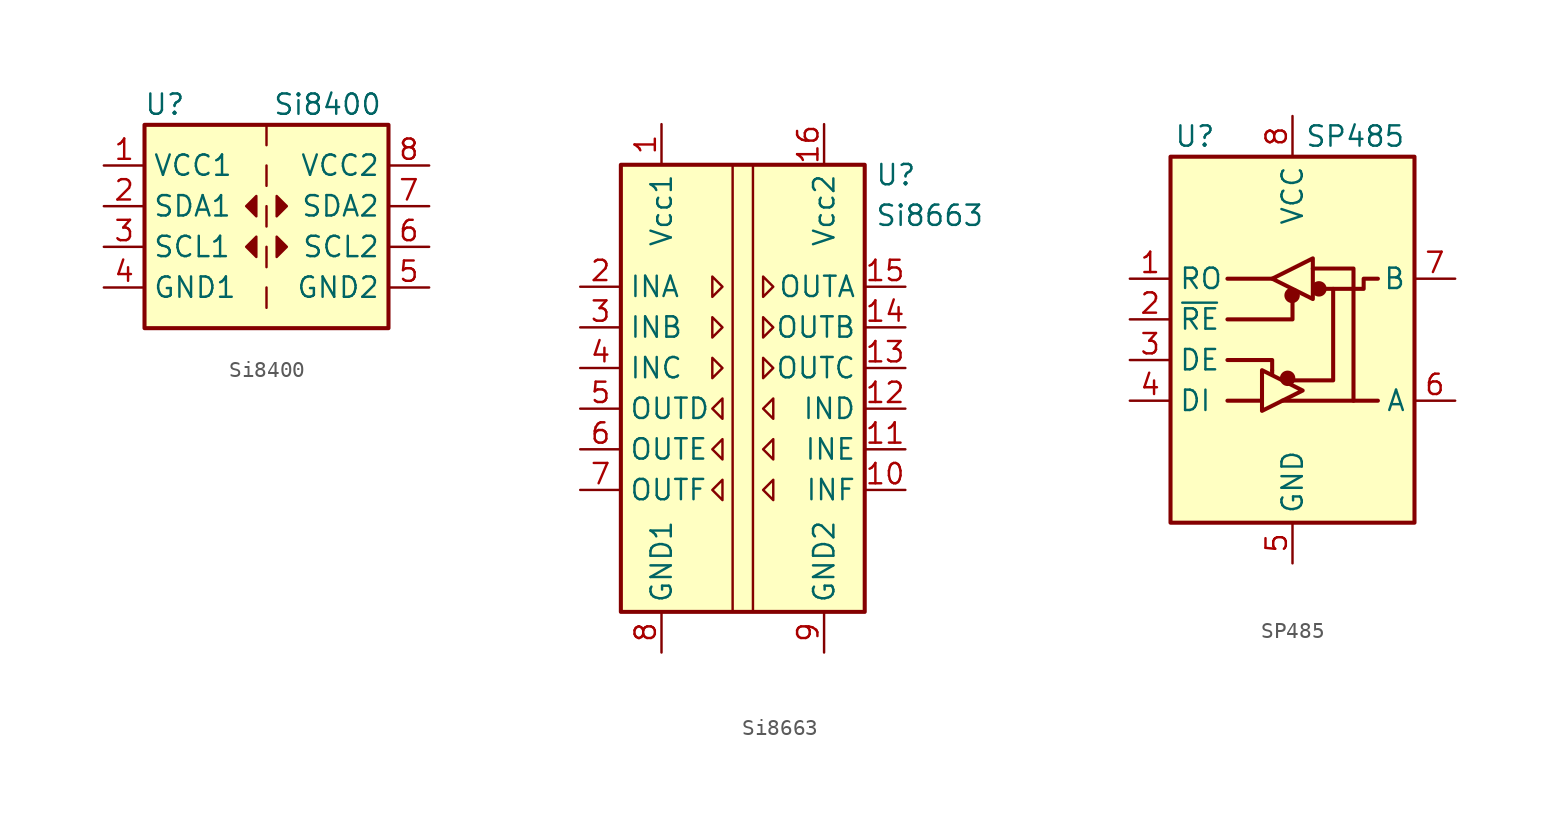
<source format=kicad_sym>
(kicad_symbol_lib
  (version 20211014)
  (generator kicad_symbol_editor)
  (symbol "Si8400"
    (property "Reference" "U"
      (at -6.35 6.35 0)
      (effects (font (size 1.27 1.27))))
    (property "Value" "Si8400"
      (at 3.81 6.35 0)
      (effects (font (size 1.27 1.27))))
    (symbol "Si8400_0_1"
      (rectangle (start -7.62 5.08) (end 7.62 -7.62) (stroke (width 0.254) (type default) (color 0 0 0 0)) (fill (type background)))
      (rectangle (start 0 -5.08) (end 0 -6.35) (stroke (width 0) (type default) (color 0 0 0 0)) (fill (type none)))
      (polyline (pts (xy 0 -2.54) (xy 0 -3.81)) (stroke (width 0) (type default) (color 0 0 0 0)) (fill (type none)))
      (polyline (pts (xy 0 0) (xy 0 -1.27)) (stroke (width 0) (type default) (color 0 0 0 0)) (fill (type none)))
      (polyline (pts (xy 0 2.54) (xy 0 1.27)) (stroke (width 0) (type default) (color 0 0 0 0)) (fill (type none)))
      (polyline (pts (xy 0 5.08) (xy 0 3.81)) (stroke (width 0) (type default) (color 0 0 0 0)) (fill (type none)))
      (polyline (pts (xy -0.635 0.635) (xy -1.27 0) (xy -0.635 -0.635) (xy -0.635 0.635)) (stroke (width 0) (type default) (color 0 0 0 0)) (fill (type outline)))
      (polyline (pts (xy 0.635 -1.905) (xy 1.27 -2.54) (xy 0.635 -3.175) (xy 0.635 -1.905)) (stroke (width 0) (type default) (color 0 0 0 0)) (fill (type outline)))
      (polyline (pts (xy 0.635 0.635) (xy 1.27 0) (xy 0.635 -0.635) (xy 0.635 0.635)) (stroke (width 0) (type default) (color 0 0 0 0)) (fill (type outline))))
    (symbol "Si8400_1_1"
      (polyline (pts (xy -0.635 -1.905) (xy -1.27 -2.54) (xy -0.635 -3.175) (xy -0.635 -1.905)) (stroke (width 0) (type default) (color 0 0 0 0)) (fill (type outline)))
      (pin power_in line (at -10.16 2.54 0) (length 2.54) (name "VCC1" (effects (font (size 1.27 1.27)))) (number "1" (effects (font (size 1.27 1.27)))))
      (pin bidirectional line (at -10.16 0 0) (length 2.54) (name "SDA1" (effects (font (size 1.27 1.27)))) (number "2" (effects (font (size 1.27 1.27)))))
      (pin bidirectional line (at -10.16 -2.54 0) (length 2.54) (name "SCL1" (effects (font (size 1.27 1.27)))) (number "3" (effects (font (size 1.27 1.27)))))
      (pin power_in line (at -10.16 -5.08 0) (length 2.54) (name "GND1" (effects (font (size 1.27 1.27)))) (number "4" (effects (font (size 1.27 1.27)))))
      (pin power_in line (at 10.16 -5.08 180) (length 2.54) (name "GND2" (effects (font (size 1.27 1.27)))) (number "5" (effects (font (size 1.27 1.27)))))
      (pin bidirectional line (at 10.16 -2.54 180) (length 2.54) (name "SCL2" (effects (font (size 1.27 1.27)))) (number "6" (effects (font (size 1.27 1.27)))))
      (pin bidirectional line (at 10.16 0 180) (length 2.54) (name "SDA2" (effects (font (size 1.27 1.27)))) (number "7" (effects (font (size 1.27 1.27)))))
      (pin power_in line (at 10.16 2.54 180) (length 2.54) (name "VCC2" (effects (font (size 1.27 1.27)))) (number "8" (effects (font (size 1.27 1.27)))))))
  (symbol "Si8663"
    (property "Reference" "U"
      (at 8.255 14.605 0)
      (effects (font (size 1.27 1.27)) (justify left)))
    (property "Value" "Si8663"
      (at 8.255 12.065 0)
      (effects (font (size 1.27 1.27)) (justify left)))
    (symbol "Si8663_0_1"
      (rectangle (start -7.62 15.24) (end 7.62 -12.7) (stroke (width 0.254) (type default) (color 0 0 0 0)) (fill (type background)))
      (polyline (pts (xy -0.635 15.24) (xy -0.635 -12.7)) (stroke (width 0) (type default) (color 0 0 0 0)) (fill (type none)))
      (polyline (pts (xy 0.635 15.24) (xy 0.635 -12.7)) (stroke (width 0) (type default) (color 0 0 0 0)) (fill (type none)))
      (polyline (pts (xy -1.905 8.255) (xy -1.27 7.62) (xy -1.905 6.985) (xy -1.905 8.255)) (stroke (width 0) (type default) (color 0 0 0 0)) (fill (type none)))
      (polyline (pts (xy 1.27 8.255) (xy 1.905 7.62) (xy 1.27 6.985) (xy 1.27 8.255)) (stroke (width 0) (type default) (color 0 0 0 0)) (fill (type none))))
    (symbol "Si8663_1_1"
      (polyline (pts (xy -1.905 3.175) (xy -1.27 2.54) (xy -1.905 1.905) (xy -1.905 3.175)) (stroke (width 0) (type default) (color 0 0 0 0)) (fill (type none)))
      (polyline (pts (xy -1.905 5.715) (xy -1.27 5.08) (xy -1.905 4.445) (xy -1.905 5.715)) (stroke (width 0) (type default) (color 0 0 0 0)) (fill (type none)))
      (polyline (pts (xy -1.27 -4.445) (xy -1.905 -5.08) (xy -1.27 -5.715) (xy -1.27 -4.445)) (stroke (width 0) (type default) (color 0 0 0 0)) (fill (type none)))
      (polyline (pts (xy -1.27 -1.905) (xy -1.905 -2.54) (xy -1.27 -3.175) (xy -1.27 -1.905)) (stroke (width 0) (type default) (color 0 0 0 0)) (fill (type none)))
      (polyline (pts (xy -1.27 0.635) (xy -1.905 0) (xy -1.27 -0.635) (xy -1.27 0.635)) (stroke (width 0) (type default) (color 0 0 0 0)) (fill (type none)))
      (polyline (pts (xy 1.27 3.175) (xy 1.905 2.54) (xy 1.27 1.905) (xy 1.27 3.175)) (stroke (width 0) (type default) (color 0 0 0 0)) (fill (type none)))
      (polyline (pts (xy 1.27 5.715) (xy 1.905 5.08) (xy 1.27 4.445) (xy 1.27 5.715)) (stroke (width 0) (type default) (color 0 0 0 0)) (fill (type none)))
      (polyline (pts (xy 1.905 -4.445) (xy 1.27 -5.08) (xy 1.905 -5.715) (xy 1.905 -4.445)) (stroke (width 0) (type default) (color 0 0 0 0)) (fill (type none)))
      (polyline (pts (xy 1.905 -1.905) (xy 1.27 -2.54) (xy 1.905 -3.175) (xy 1.905 -1.905)) (stroke (width 0) (type default) (color 0 0 0 0)) (fill (type none)))
      (polyline (pts (xy 1.905 0.635) (xy 1.27 0) (xy 1.905 -0.635) (xy 1.905 0.635)) (stroke (width 0) (type default) (color 0 0 0 0)) (fill (type none)))
      (pin power_in line (at -5.08 17.78 270) (length 2.54) (name "Vcc1" (effects (font (size 1.27 1.27)))) (number "1" (effects (font (size 1.27 1.27)))))
      (pin input line (at 10.16 -5.08 180) (length 2.54) (name "INF" (effects (font (size 1.27 1.27)))) (number "10" (effects (font (size 1.27 1.27)))))
      (pin input line (at 10.16 -2.54 180) (length 2.54) (name "INE" (effects (font (size 1.27 1.27)))) (number "11" (effects (font (size 1.27 1.27)))))
      (pin input line (at 10.16 0 180) (length 2.54) (name "IND" (effects (font (size 1.27 1.27)))) (number "12" (effects (font (size 1.27 1.27)))))
      (pin output line (at 10.16 2.54 180) (length 2.54) (name "OUTC" (effects (font (size 1.27 1.27)))) (number "13" (effects (font (size 1.27 1.27)))))
      (pin output line (at 10.16 5.08 180) (length 2.54) (name "OUTB" (effects (font (size 1.27 1.27)))) (number "14" (effects (font (size 1.27 1.27)))))
      (pin output line (at 10.16 7.62 180) (length 2.54) (name "OUTA" (effects (font (size 1.27 1.27)))) (number "15" (effects (font (size 1.27 1.27)))))
      (pin power_in line (at 5.08 17.78 270) (length 2.54) (name "Vcc2" (effects (font (size 1.27 1.27)))) (number "16" (effects (font (size 1.27 1.27)))))
      (pin input line (at -10.16 7.62 0) (length 2.54) (name "INA" (effects (font (size 1.27 1.27)))) (number "2" (effects (font (size 1.27 1.27)))))
      (pin input line (at -10.16 5.08 0) (length 2.54) (name "INB" (effects (font (size 1.27 1.27)))) (number "3" (effects (font (size 1.27 1.27)))))
      (pin input line (at -10.16 2.54 0) (length 2.54) (name "INC" (effects (font (size 1.27 1.27)))) (number "4" (effects (font (size 1.27 1.27)))))
      (pin output line (at -10.16 0 0) (length 2.54) (name "OUTD" (effects (font (size 1.27 1.27)))) (number "5" (effects (font (size 1.27 1.27)))))
      (pin output line (at -10.16 -2.54 0) (length 2.54) (name "OUTE" (effects (font (size 1.27 1.27)))) (number "6" (effects (font (size 1.27 1.27)))))
      (pin output line (at -10.16 -5.08 0) (length 2.54) (name "OUTF" (effects (font (size 1.27 1.27)))) (number "7" (effects (font (size 1.27 1.27)))))
      (pin power_in line (at -5.08 -15.24 90) (length 2.54) (name "GND1" (effects (font (size 1.27 1.27)))) (number "8" (effects (font (size 1.27 1.27)))))
      (pin power_in line (at 5.08 -15.24 90) (length 2.54) (name "GND2" (effects (font (size 1.27 1.27)))) (number "9" (effects (font (size 1.27 1.27)))))))
  (symbol "SP485"
    (property "Reference" "U"
      (at -6.096 11.43 0)
      (effects (font (size 1.27 1.27))))
    (property "Value" "SP485"
      (at 0.762 11.43 0)
      (effects (font (size 1.27 1.27)) (justify left)))
    (symbol "SP485_0_1"
      (rectangle (start -7.62 10.16) (end 7.62 -12.7) (stroke (width 0.254) (type default) (color 0 0 0 0)) (fill (type background)))
      (circle (center -0.305 -3.683) (radius 0.356) (stroke (width 0.254) (type default) (color 0 0 0 0)) (fill (type outline)))
      (circle (center -0.025 1.499) (radius 0.356) (stroke (width 0.254) (type default) (color 0 0 0 0)) (fill (type outline)))
      (polyline (pts (xy -4.064 -5.08) (xy -1.905 -5.08)) (stroke (width 0.254) (type default) (color 0 0 0 0)) (fill (type none)))
      (polyline (pts (xy -4.064 2.54) (xy -1.27 2.54)) (stroke (width 0.254) (type default) (color 0 0 0 0)) (fill (type none)))
      (polyline (pts (xy -1.27 -3.2) (xy -1.27 -3.454)) (stroke (width 0.254) (type default) (color 0 0 0 0)) (fill (type none)))
      (polyline (pts (xy -0.635 -5.08) (xy 5.334 -5.08)) (stroke (width 0.254) (type default) (color 0 0 0 0)) (fill (type none)))
      (polyline (pts (xy -4.064 -2.54) (xy -1.27 -2.54) (xy -1.27 -3.175)) (stroke (width 0.254) (type default) (color 0 0 0 0)) (fill (type none)))
      (polyline (pts (xy 0 1.27) (xy 0 0) (xy -4.064 0)) (stroke (width 0.254) (type default) (color 0 0 0 0)) (fill (type none)))
      (polyline (pts (xy 1.27 3.175) (xy 3.81 3.175) (xy 3.81 -5.08)) (stroke (width 0.254) (type default) (color 0 0 0 0)) (fill (type none)))
      (polyline (pts (xy 2.54 1.905) (xy 2.54 -3.81) (xy 0 -3.81)) (stroke (width 0.254) (type default) (color 0 0 0 0)) (fill (type none)))
      (polyline (pts (xy -1.905 -3.175) (xy -1.905 -5.715) (xy 0.635 -4.445) (xy -1.905 -3.175)) (stroke (width 0.254) (type default) (color 0 0 0 0)) (fill (type none)))
      (polyline (pts (xy -1.27 2.54) (xy 1.27 3.81) (xy 1.27 1.27) (xy -1.27 2.54)) (stroke (width 0.254) (type default) (color 0 0 0 0)) (fill (type none)))
      (polyline (pts (xy 1.905 1.905) (xy 4.445 1.905) (xy 4.445 2.54) (xy 5.334 2.54)) (stroke (width 0.254) (type default) (color 0 0 0 0)) (fill (type none)))
      (rectangle (start 1.27 3.175) (end 1.27 3.175) (stroke (width 0) (type default) (color 0 0 0 0)) (fill (type none)))
      (circle (center 1.651 1.905) (radius 0.356) (stroke (width 0.254) (type default) (color 0 0 0 0)) (fill (type outline))))
    (symbol "SP485_1_1"
      (pin output line (at -10.16 2.54 0) (length 2.54) (name "RO" (effects (font (size 1.27 1.27)))) (number "1" (effects (font (size 1.27 1.27)))))
      (pin input line (at -10.16 0 0) (length 2.54) (name "~{RE}" (effects (font (size 1.27 1.27)))) (number "2" (effects (font (size 1.27 1.27)))))
      (pin input line (at -10.16 -2.54 0) (length 2.54) (name "DE" (effects (font (size 1.27 1.27)))) (number "3" (effects (font (size 1.27 1.27)))))
      (pin input line (at -10.16 -5.08 0) (length 2.54) (name "DI" (effects (font (size 1.27 1.27)))) (number "4" (effects (font (size 1.27 1.27)))))
      (pin power_in line (at 0 -15.24 90) (length 2.54) (name "GND" (effects (font (size 1.27 1.27)))) (number "5" (effects (font (size 1.27 1.27)))))
      (pin bidirectional line (at 10.16 -5.08 180) (length 2.54) (name "A" (effects (font (size 1.27 1.27)))) (number "6" (effects (font (size 1.27 1.27)))))
      (pin bidirectional line (at 10.16 2.54 180) (length 2.54) (name "B" (effects (font (size 1.27 1.27)))) (number "7" (effects (font (size 1.27 1.27)))))
      (pin power_in line (at 0 12.7 270) (length 2.54) (name "VCC" (effects (font (size 1.27 1.27)))) (number "8" (effects (font (size 1.27 1.27))))))))
</source>
